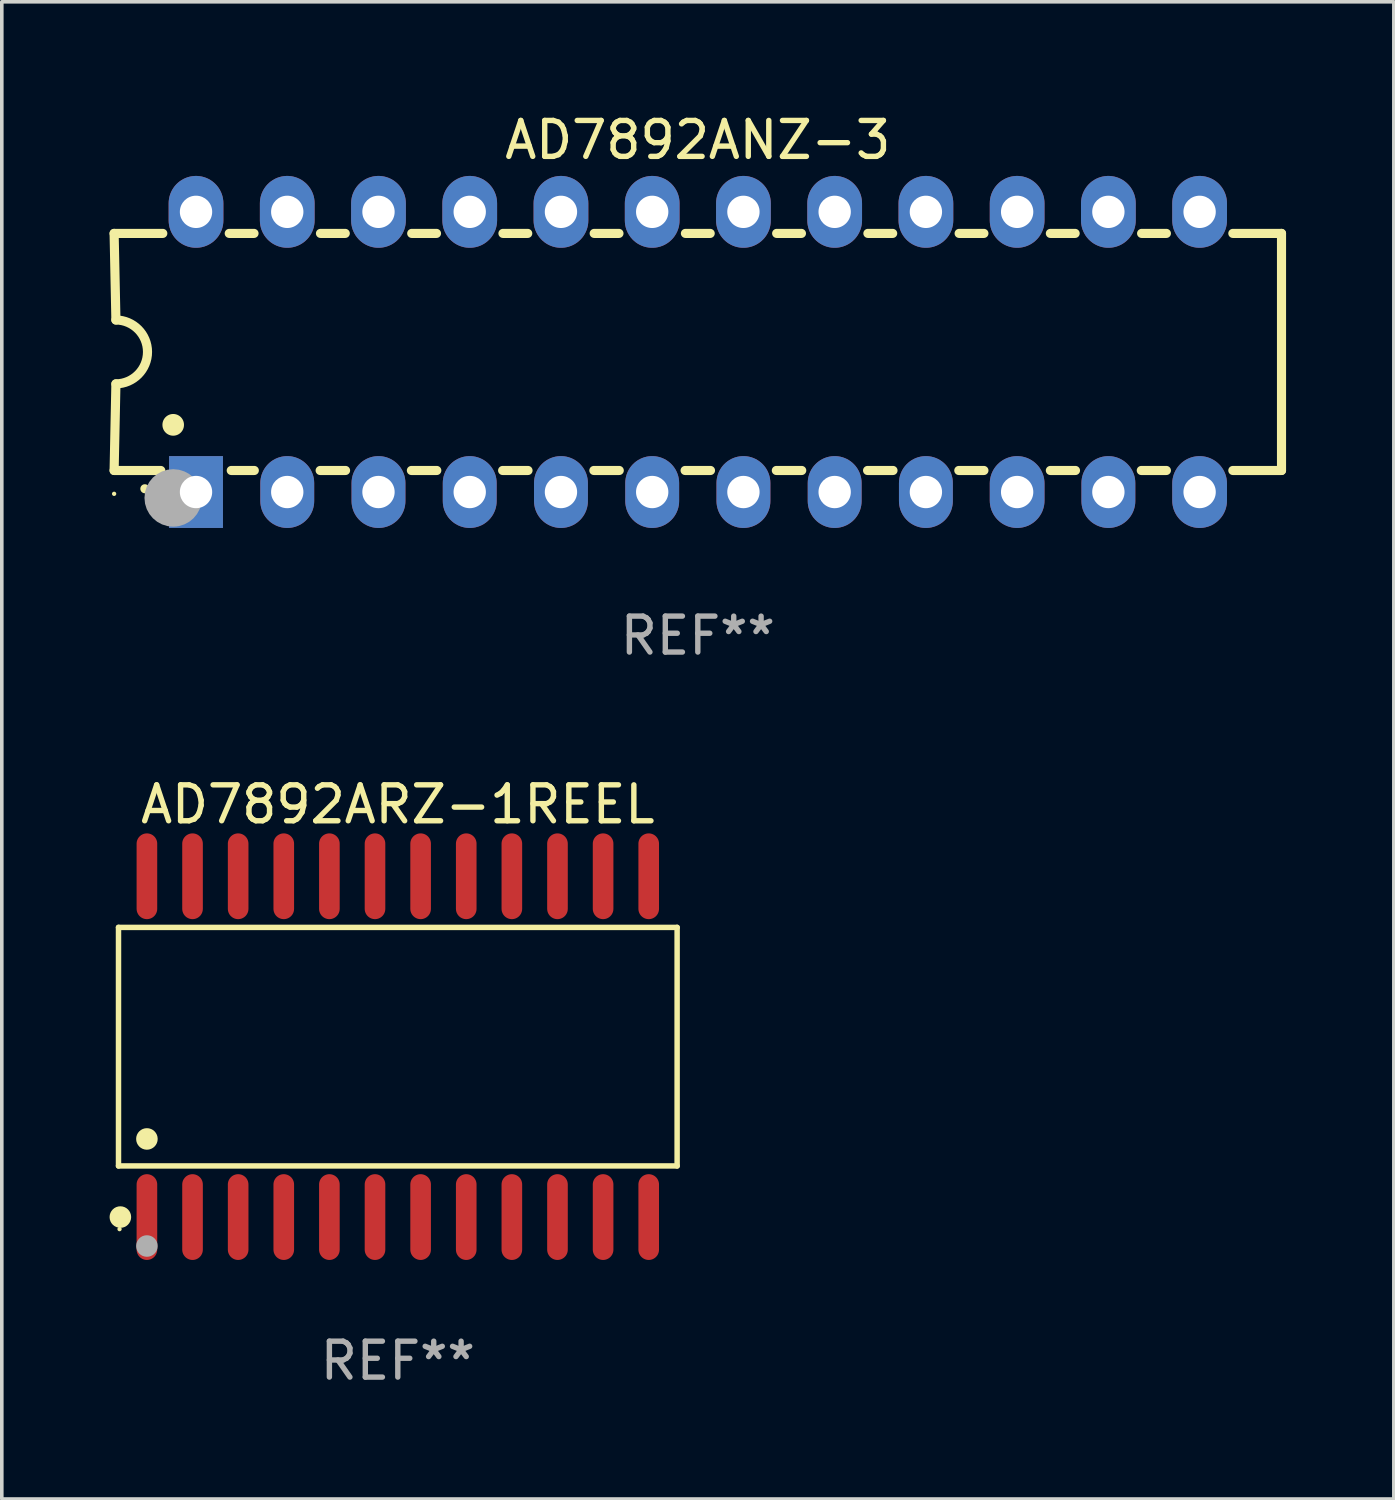
<source format=kicad_pcb>
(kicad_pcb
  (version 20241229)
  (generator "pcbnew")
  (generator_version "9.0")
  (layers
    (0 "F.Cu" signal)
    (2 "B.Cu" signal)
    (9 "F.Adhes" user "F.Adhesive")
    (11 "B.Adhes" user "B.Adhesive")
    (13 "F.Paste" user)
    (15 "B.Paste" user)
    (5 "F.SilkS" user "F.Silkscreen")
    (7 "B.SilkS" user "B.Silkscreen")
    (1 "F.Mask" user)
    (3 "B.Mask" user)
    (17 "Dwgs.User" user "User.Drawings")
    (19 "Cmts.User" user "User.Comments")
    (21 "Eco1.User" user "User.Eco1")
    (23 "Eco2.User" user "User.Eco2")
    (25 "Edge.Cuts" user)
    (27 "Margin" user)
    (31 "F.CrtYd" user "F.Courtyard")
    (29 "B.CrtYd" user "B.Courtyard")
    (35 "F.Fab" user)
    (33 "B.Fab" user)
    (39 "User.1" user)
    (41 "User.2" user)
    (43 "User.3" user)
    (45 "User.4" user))
  (footprint "AD7892ANZ-3"
    (layer "F.Cu")
    (at 16.377 6.748)
    (property "Reference" "AD7892ANZ-3" (at 0 -5.9 0) (layer "F.SilkS") (effects (font (size 1 1) (thickness 0.15))))
    (attr through_hole)
    (fp_line (start -16.25 -3.3) (end -16.2 -0.889) (stroke (width 0.254) (type solid)) (layer "F.SilkS"))
    (fp_line (start -16.25 -3.3) (end -14.895 -3.3) (stroke (width 0.254) (type solid)) (layer "F.SilkS"))
    (fp_line (start -16.25 3.3) (end -16.2 0.889) (stroke (width 0.254) (type solid)) (layer "F.SilkS"))
    (fp_line (start -16.25 3.3) (end -14.951 3.3) (stroke (width 0.254) (type solid)) (layer "F.SilkS"))
    (fp_line (start -13.045 -3.3) (end -12.355 -3.3) (stroke (width 0.254) (type solid)) (layer "F.SilkS"))
    (fp_line (start -12.989 3.3) (end -12.347 3.3) (stroke (width 0.254) (type solid)) (layer "F.SilkS"))
    (fp_line (start -10.514 3.3) (end -9.807 3.3) (stroke (width 0.254) (type solid)) (layer "F.SilkS"))
    (fp_line (start -10.505 -3.3) (end -9.815 -3.3) (stroke (width 0.254) (type solid)) (layer "F.SilkS"))
    (fp_line (start -7.974 3.3) (end -7.267 3.3) (stroke (width 0.254) (type solid)) (layer "F.SilkS"))
    (fp_line (start -7.965 -3.3) (end -7.275 -3.3) (stroke (width 0.254) (type solid)) (layer "F.SilkS"))
    (fp_line (start -5.434 3.3) (end -4.727 3.3) (stroke (width 0.254) (type solid)) (layer "F.SilkS"))
    (fp_line (start -5.425 -3.3) (end -4.735 -3.3) (stroke (width 0.254) (type solid)) (layer "F.SilkS"))
    (fp_line (start -2.894 3.3) (end -2.187 3.3) (stroke (width 0.254) (type solid)) (layer "F.SilkS"))
    (fp_line (start -2.885 -3.3) (end -2.195 -3.3) (stroke (width 0.254) (type solid)) (layer "F.SilkS"))
    (fp_line (start -0.354 3.3) (end 0.353 3.3) (stroke (width 0.254) (type solid)) (layer "F.SilkS"))
    (fp_line (start -0.345 -3.3) (end 0.345 -3.3) (stroke (width 0.254) (type solid)) (layer "F.SilkS"))
    (fp_line (start 2.186 3.3) (end 2.893 3.3) (stroke (width 0.254) (type solid)) (layer "F.SilkS"))
    (fp_line (start 2.195 -3.3) (end 2.885 -3.3) (stroke (width 0.254) (type solid)) (layer "F.SilkS"))
    (fp_line (start 4.726 3.3) (end 5.434 3.3) (stroke (width 0.254) (type solid)) (layer "F.SilkS"))
    (fp_line (start 4.735 -3.3) (end 5.425 -3.3) (stroke (width 0.254) (type solid)) (layer "F.SilkS"))
    (fp_line (start 7.266 3.3) (end 7.965 3.3) (stroke (width 0.254) (type solid)) (layer "F.SilkS"))
    (fp_line (start 7.275 -3.3) (end 7.965 -3.3) (stroke (width 0.254) (type solid)) (layer "F.SilkS"))
    (fp_line (start 9.815 -3.3) (end 10.505 -3.3) (stroke (width 0.254) (type solid)) (layer "F.SilkS"))
    (fp_line (start 9.815 3.3) (end 10.514 3.3) (stroke (width 0.254) (type solid)) (layer "F.SilkS"))
    (fp_line (start 12.346 3.3) (end 13.045 3.3) (stroke (width 0.254) (type solid)) (layer "F.SilkS"))
    (fp_line (start 12.355 -3.3) (end 13.045 -3.3) (stroke (width 0.254) (type solid)) (layer "F.SilkS"))
    (fp_line (start 16.25 -3.3) (end 14.895 -3.3) (stroke (width 0.254) (type solid)) (layer "F.SilkS"))
    (fp_line (start 16.25 -3.3) (end 16.25 3.3) (stroke (width 0.254) (type solid)) (layer "F.SilkS"))
    (fp_line (start 16.25 3.3) (end 14.895 3.3) (stroke (width 0.254) (type solid)) (layer "F.SilkS"))
    (fp_arc (start -16.201016 -0.890146) (mid -15.311429 -0.001055) (end -16.200025 0.889027) (stroke (width 0.254001) (type solid)) (layer "F.SilkS"))
    (fp_arc (start -15.394971 3.810033) (mid -15.394978 3.808763) (end -15.394971 3.807493) (stroke (width 0.25) (type solid)) (layer "F.SilkS"))
    (fp_arc (start -14.605029 2.032029) (mid -14.60504 2.029489) (end -14.605029 2.026949) (stroke (width 0.6) (type solid)) (layer "F.SilkS"))
    (fp_circle (center -16.25 3.95) (end -16.22 3.95) (stroke (width 0.06) (type solid)) (fill no) (layer "F.SilkS"))
    (fp_circle (center -14.605 4.064) (end -14.205 4.064) (stroke (width 0.8) (type solid)) (fill no) (layer "F.Fab"))
    (fp_text user "REF**" (at 0 7.9 0) (layer "F.Fab") (effects (font (size 1 1) (thickness 0.15))))
    (pad "1" thru_hole rect (at -13.97 3.9 90) (size 2 1.5) (drill 0.9) (layers "*.Cu" "*.Mask"))
    (pad "2" thru_hole oval (at -11.43 3.9 90) (size 2 1.5) (drill 0.9) (layers "*.Cu" "*.Mask"))
    (pad "3" thru_hole oval (at -8.89 3.9 90) (size 2 1.5) (drill 0.9) (layers "*.Cu" "*.Mask"))
    (pad "4" thru_hole oval (at -6.35 3.9 90) (size 2 1.5) (drill 0.9) (layers "*.Cu" "*.Mask"))
    (pad "5" thru_hole oval (at -3.81 3.9 90) (size 2 1.5) (drill 0.9) (layers "*.Cu" "*.Mask"))
    (pad "6" thru_hole oval (at -1.27 3.9 90) (size 2 1.5) (drill 0.9) (layers "*.Cu" "*.Mask"))
    (pad "7" thru_hole oval (at 1.27 3.9 90) (size 2 1.5) (drill 0.9) (layers "*.Cu" "*.Mask"))
    (pad "8" thru_hole oval (at 3.81 3.9 90) (size 2 1.5) (drill 0.9) (layers "*.Cu" "*.Mask"))
    (pad "9" thru_hole oval (at 6.35 3.9 90) (size 2 1.5) (drill 0.9) (layers "*.Cu" "*.Mask"))
    (pad "10" thru_hole oval (at 8.89 3.9 90) (size 2 1.524) (drill 0.9) (layers "*.Cu" "*.Mask"))
    (pad "11" thru_hole oval (at 11.43 3.9 90) (size 2 1.5) (drill 0.9) (layers "*.Cu" "*.Mask"))
    (pad "12" thru_hole oval (at 13.97 3.9 90) (size 2 1.524) (drill 0.9) (layers "*.Cu" "*.Mask"))
    (pad "13" thru_hole oval (at 13.97 -3.9 90) (size 2 1.524) (drill 0.9) (layers "*.Cu" "*.Mask"))
    (pad "14" thru_hole oval (at 11.43 -3.9 90) (size 2 1.524) (drill 0.9) (layers "*.Cu" "*.Mask"))
    (pad "15" thru_hole oval (at 8.89 -3.9 90) (size 2 1.524) (drill 0.9) (layers "*.Cu" "*.Mask"))
    (pad "16" thru_hole oval (at 6.35 -3.9 90) (size 2 1.524) (drill 0.9) (layers "*.Cu" "*.Mask"))
    (pad "17" thru_hole oval (at 3.81 -3.9 90) (size 2 1.524) (drill 0.9) (layers "*.Cu" "*.Mask"))
    (pad "18" thru_hole oval (at 1.27 -3.9 90) (size 2 1.524) (drill 0.9) (layers "*.Cu" "*.Mask"))
    (pad "19" thru_hole oval (at -1.27 -3.9 90) (size 2 1.524) (drill 0.9) (layers "*.Cu" "*.Mask"))
    (pad "20" thru_hole oval (at -3.81 -3.9 90) (size 2 1.524) (drill 0.9) (layers "*.Cu" "*.Mask"))
    (pad "21" thru_hole oval (at -6.35 -3.9 90) (size 2 1.524) (drill 0.9) (layers "*.Cu" "*.Mask"))
    (pad "22" thru_hole oval (at -8.89 -3.9 90) (size 2 1.524) (drill 0.9) (layers "*.Cu" "*.Mask"))
    (pad "23" thru_hole oval (at -11.43 -3.9 90) (size 2 1.524) (drill 0.9) (layers "*.Cu" "*.Mask"))
    (pad "24" thru_hole oval (at -13.97 -3.9 90) (size 2 1.524) (drill 0.9) (layers "*.Cu" "*.Mask")))
  (footprint "AD7892ARZ-1REEL"
    (layer "F.Cu")
    (at 8.025 26.089)
    (property "Reference" "AD7892ARZ-1REEL" (at 0 -6.744 0) (layer "F.SilkS") (effects (font (size 1 1) (thickness 0.15))))
    (attr through_hole)
    (fp_line (start -7.776 -3.321) (end 7.776 -3.321) (stroke (width 0.152) (type solid)) (layer "F.SilkS"))
    (fp_line (start -7.776 3.321) (end -7.776 -3.321) (stroke (width 0.152) (type solid)) (layer "F.SilkS"))
    (fp_line (start 7.776 -3.321) (end 7.776 3.321) (stroke (width 0.152) (type solid)) (layer "F.SilkS"))
    (fp_line (start 7.776 3.321) (end -7.776 3.321) (stroke (width 0.152) (type solid)) (layer "F.SilkS"))
    (fp_circle (center -7.747 5.08) (end -7.717 5.08) (stroke (width 0.06) (type solid)) (fill no) (layer "F.SilkS"))
    (fp_circle (center -7.724 4.744) (end -7.574 4.744) (stroke (width 0.3) (type solid)) (fill no) (layer "F.SilkS"))
    (fp_circle (center -6.985 2.569) (end -6.835 2.569) (stroke (width 0.3) (type solid)) (fill no) (layer "F.SilkS"))
    (fp_circle (center -6.985 5.55) (end -6.835 5.55) (stroke (width 0.3) (type solid)) (fill no) (layer "F.Fab"))
    (fp_text user "REF**" (at 0 8.744 0) (layer "F.Fab") (effects (font (size 1 1) (thickness 0.15))))
    (pad "1" smd oval (at -6.985 4.744) (size 0.574 2.388) (layers "F.Cu" "F.Mask" "F.Paste"))
    (pad "2" smd oval (at -5.715 4.744) (size 0.574 2.388) (layers "F.Cu" "F.Mask" "F.Paste"))
    (pad "3" smd oval (at -4.445 4.744) (size 0.574 2.388) (layers "F.Cu" "F.Mask" "F.Paste"))
    (pad "4" smd oval (at -3.175 4.744) (size 0.574 2.388) (layers "F.Cu" "F.Mask" "F.Paste"))
    (pad "5" smd oval (at -1.905 4.744) (size 0.574 2.388) (layers "F.Cu" "F.Mask" "F.Paste"))
    (pad "6" smd oval (at -0.635 4.744) (size 0.574 2.388) (layers "F.Cu" "F.Mask" "F.Paste"))
    (pad "7" smd oval (at 0.635 4.744) (size 0.574 2.388) (layers "F.Cu" "F.Mask" "F.Paste"))
    (pad "8" smd oval (at 1.905 4.744) (size 0.574 2.388) (layers "F.Cu" "F.Mask" "F.Paste"))
    (pad "9" smd oval (at 3.175 4.744) (size 0.574 2.388) (layers "F.Cu" "F.Mask" "F.Paste"))
    (pad "10" smd oval (at 4.445 4.744) (size 0.574 2.388) (layers "F.Cu" "F.Mask" "F.Paste"))
    (pad "11" smd oval (at 5.715 4.744) (size 0.574 2.388) (layers "F.Cu" "F.Mask" "F.Paste"))
    (pad "12" smd oval (at 6.985 4.744) (size 0.574 2.388) (layers "F.Cu" "F.Mask" "F.Paste"))
    (pad "13" smd oval (at 6.985 -4.744) (size 0.574 2.388) (layers "F.Cu" "F.Mask" "F.Paste"))
    (pad "14" smd oval (at 5.715 -4.744) (size 0.574 2.388) (layers "F.Cu" "F.Mask" "F.Paste"))
    (pad "15" smd oval (at 4.445 -4.744) (size 0.574 2.388) (layers "F.Cu" "F.Mask" "F.Paste"))
    (pad "16" smd oval (at 3.175 -4.744) (size 0.574 2.388) (layers "F.Cu" "F.Mask" "F.Paste"))
    (pad "17" smd oval (at 1.905 -4.744) (size 0.574 2.388) (layers "F.Cu" "F.Mask" "F.Paste"))
    (pad "18" smd oval (at 0.635 -4.744) (size 0.574 2.388) (layers "F.Cu" "F.Mask" "F.Paste"))
    (pad "19" smd oval (at -0.635 -4.744) (size 0.574 2.388) (layers "F.Cu" "F.Mask" "F.Paste"))
    (pad "20" smd oval (at -1.905 -4.744) (size 0.574 2.388) (layers "F.Cu" "F.Mask" "F.Paste"))
    (pad "21" smd oval (at -3.175 -4.744) (size 0.574 2.388) (layers "F.Cu" "F.Mask" "F.Paste"))
    (pad "22" smd oval (at -4.445 -4.744) (size 0.574 2.388) (layers "F.Cu" "F.Mask" "F.Paste"))
    (pad "23" smd oval (at -5.715 -4.744) (size 0.574 2.388) (layers "F.Cu" "F.Mask" "F.Paste"))
    (pad "24" smd oval (at -6.985 -4.744) (size 0.574 2.388) (layers "F.Cu" "F.Mask" "F.Paste")))
  (gr_rect
    (start -3 -3)
    (end 35.754 38.681)
    (stroke (width 0.1) (type default))
    (fill no)
    (layer "Edge.Cuts")))
</source>
